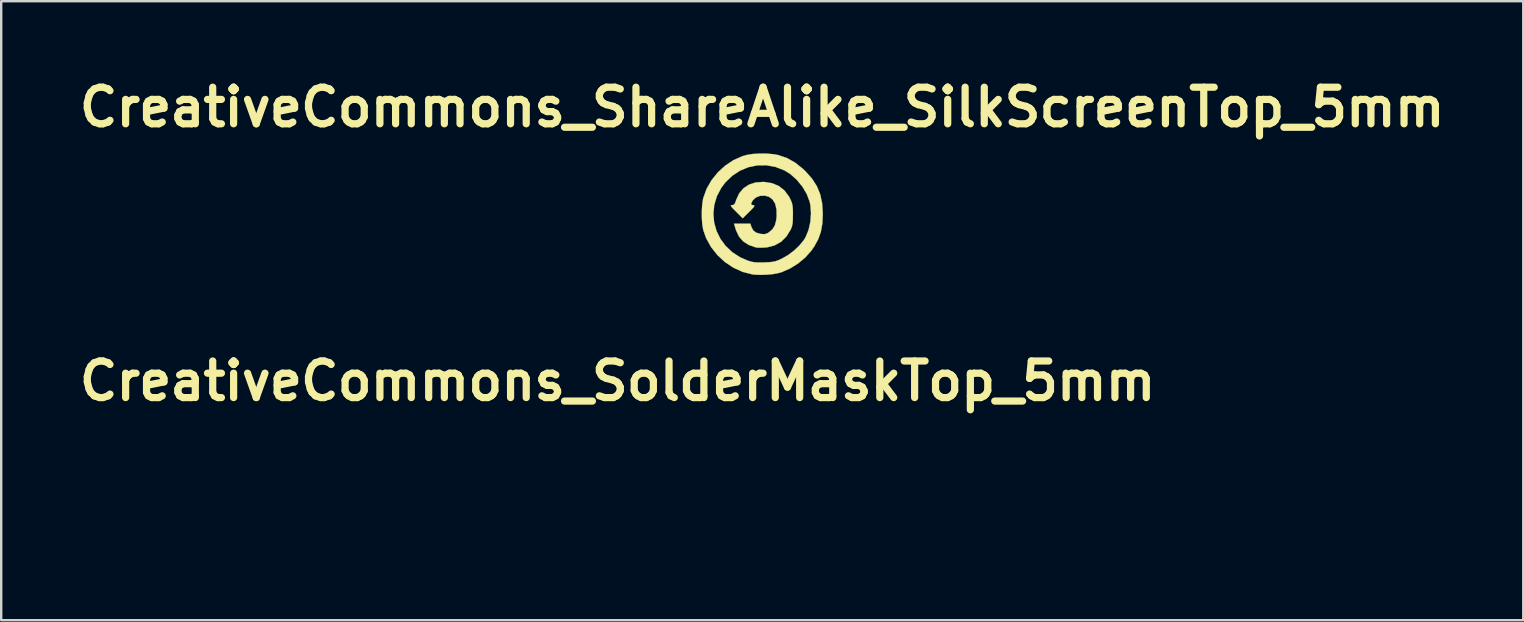
<source format=kicad_pcb>
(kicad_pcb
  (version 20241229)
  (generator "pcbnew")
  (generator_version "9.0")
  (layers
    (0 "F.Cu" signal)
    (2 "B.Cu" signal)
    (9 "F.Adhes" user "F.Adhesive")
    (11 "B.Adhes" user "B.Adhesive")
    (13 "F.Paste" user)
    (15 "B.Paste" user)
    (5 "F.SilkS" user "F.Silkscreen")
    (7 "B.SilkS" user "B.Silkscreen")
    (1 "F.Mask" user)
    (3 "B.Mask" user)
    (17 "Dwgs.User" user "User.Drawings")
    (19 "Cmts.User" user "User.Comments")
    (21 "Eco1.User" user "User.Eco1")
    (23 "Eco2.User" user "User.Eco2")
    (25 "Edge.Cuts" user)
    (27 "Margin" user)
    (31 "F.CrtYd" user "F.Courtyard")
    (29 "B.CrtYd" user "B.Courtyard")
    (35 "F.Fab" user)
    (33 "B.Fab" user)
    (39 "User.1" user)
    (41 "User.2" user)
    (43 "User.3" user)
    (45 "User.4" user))
  (footprint "CreativeCommons_ShareAlike_SilkScreenTop_5mm"
    (layer "F.Cu")
    (at 28.709 5.863)
    (property "Reference" "CreativeCommons_ShareAlike_SilkScreenTop_5mm" (at 0 -4.445 0) (layer "F.SilkS") (effects (font (size 1.524 1.524) (thickness 0.3))))
    (attr through_hole)
    (fp_poly (pts (xy 0.081 -1.332) (xy 0.41 -1.28) (xy 0.69 -1.163) (xy 0.922 -0.981) (xy 1.11 -0.732) (xy 1.174 -0.61) (xy 1.223 -0.497) (xy 1.254 -0.393) (xy 1.271 -0.273) (xy 1.278 -0.115) (xy 1.279 0.041) (xy 1.275 0.249) (xy 1.264 0.399) (xy 1.241 0.513) (xy 1.204 0.614) (xy 1.185 0.656) (xy 1.006 0.943) (xy 0.784 1.162) (xy 0.519 1.311) (xy 0.214 1.391) (xy 0.097 1.402) (xy -0.057 1.407) (xy -0.188 1.405) (xy -0.264 1.397) (xy -0.561 1.293) (xy -0.792 1.145) (xy -0.965 0.946) (xy -1.088 0.691) (xy -1.111 0.62) (xy -1.174 0.406) (xy -0.494 0.406) (xy -0.447 0.55) (xy -0.372 0.69) (xy -0.25 0.781) (xy -0.067 0.832) (xy -0.038 0.836) (xy 0.099 0.843) (xy 0.207 0.811) (xy 0.282 0.765) (xy 0.429 0.636) (xy 0.527 0.475) (xy 0.583 0.264) (xy 0.601 0.097) (xy 0.595 -0.193) (xy 0.538 -0.427) (xy 0.431 -0.603) (xy 0.277 -0.716) (xy 0.11 -0.761) (xy -0.092 -0.752) (xy -0.266 -0.683) (xy -0.393 -0.564) (xy -0.421 -0.515) (xy -0.46 -0.428) (xy -0.455 -0.388) (xy -0.4 -0.369) (xy -0.383 -0.366) (xy -0.339 -0.353) (xy -0.326 -0.33) (xy -0.351 -0.286) (xy -0.421 -0.209) (xy -0.542 -0.087) (xy -0.547 -0.082) (xy -0.814 0.181) (xy -1.087 -0.092) (xy -1.212 -0.218) (xy -1.284 -0.299) (xy -1.31 -0.343) (xy -1.297 -0.362) (xy -1.257 -0.366) (xy -1.194 -0.376) (xy -1.15 -0.417) (xy -1.109 -0.509) (xy -1.081 -0.594) (xy -0.958 -0.86) (xy -0.779 -1.07) (xy -0.548 -1.222) (xy -0.271 -1.311) (xy 0.044 -1.333) (xy 0.081 -1.332)) (stroke (width 0.01) (type solid)) (fill yes) (layer "F.SilkS"))
    (fp_poly (pts (xy 0.193 -2.512) (xy 0.474 -2.488) (xy 0.646 -2.457) (xy 1.018 -2.334) (xy 1.366 -2.141) (xy 1.702 -1.874) (xy 1.809 -1.77) (xy 2.08 -1.463) (xy 2.28 -1.149) (xy 2.417 -0.814) (xy 2.496 -0.442) (xy 2.523 -0.019) (xy 2.524 0.005) (xy 2.506 0.399) (xy 2.445 0.741) (xy 2.335 1.052) (xy 2.17 1.354) (xy 2.036 1.545) (xy 1.791 1.819) (xy 1.493 2.066) (xy 1.163 2.272) (xy 0.823 2.421) (xy 0.649 2.472) (xy 0.438 2.509) (xy 0.186 2.532) (xy -0.074 2.54) (xy -0.307 2.531) (xy -0.408 2.52) (xy -0.814 2.416) (xy -1.2 2.241) (xy -1.555 2.004) (xy -1.869 1.714) (xy -2.133 1.38) (xy -2.337 1.011) (xy -2.458 0.668) (xy -2.495 0.456) (xy -2.515 0.193) (xy -2.517 -0.008) (xy -2.035 -0.008) (xy -2.003 0.355) (xy -1.906 0.705) (xy -1.745 1.034) (xy -1.525 1.333) (xy -1.249 1.594) (xy -0.919 1.808) (xy -0.611 1.942) (xy -0.472 1.986) (xy -0.346 2.012) (xy -0.203 2.023) (xy -0.019 2.024) (xy 0.085 2.021) (xy 0.288 2.012) (xy 0.436 1.997) (xy 0.558 1.97) (xy 0.68 1.925) (xy 0.831 1.857) (xy 1.077 1.715) (xy 1.323 1.529) (xy 1.546 1.318) (xy 1.725 1.102) (xy 1.801 0.982) (xy 1.927 0.68) (xy 2.005 0.338) (xy 2.033 -0.018) (xy 2.008 -0.361) (xy 1.976 -0.513) (xy 1.855 -0.831) (xy 1.67 -1.141) (xy 1.438 -1.423) (xy 1.172 -1.66) (xy 0.934 -1.809) (xy 0.559 -1.956) (xy 0.176 -2.026) (xy -0.206 -2.022) (xy -0.577 -1.946) (xy -0.929 -1.8) (xy -1.252 -1.587) (xy -1.538 -1.31) (xy -1.705 -1.086) (xy -1.889 -0.737) (xy -1.998 -0.375) (xy -2.035 -0.008) (xy -2.517 -0.008) (xy -2.518 -0.089) (xy -2.503 -0.363) (xy -2.47 -0.599) (xy -2.455 -0.665) (xy -2.318 -1.046) (xy -2.112 -1.404) (xy -1.849 -1.731) (xy -1.54 -2.013) (xy -1.196 -2.242) (xy -0.827 -2.405) (xy -0.646 -2.457) (xy -0.401 -2.497) (xy -0.11 -2.515) (xy 0.193 -2.512)) (stroke (width 0.01) (type solid)) (fill yes) (layer "F.SilkS")))
  (footprint "CreativeCommons_SolderMaskTop_5mm"
    (layer "F.Cu")
    (at 22.686 17.271)
    (property "Reference" "CreativeCommons_SolderMaskTop_5mm" (at 0 -4.445 0) (layer "F.SilkS") (effects (font (size 1.524 1.524) (thickness 0.3))))
    (attr through_hole)
    (fp_poly (pts (xy -0.491 -0.779) (xy -0.291 -0.712) (xy -0.129 -0.602) (xy -0.041 -0.488) (xy -0.027 -0.437) (xy -0.059 -0.39) (xy -0.148 -0.331) (xy -0.18 -0.313) (xy -0.36 -0.212) (xy -0.451 -0.309) (xy -0.575 -0.394) (xy -0.704 -0.406) (xy -0.822 -0.35) (xy -0.91 -0.232) (xy -0.935 -0.162) (xy -0.955 -0.002) (xy -0.936 0.156) (xy -0.887 0.288) (xy -0.814 0.365) (xy -0.665 0.407) (xy -0.522 0.384) (xy -0.412 0.303) (xy -0.33 0.199) (xy -0.165 0.283) (xy -0.066 0.341) (xy -0.007 0.39) (xy 0 0.405) (xy -0.032 0.47) (xy -0.114 0.555) (xy -0.225 0.645) (xy -0.343 0.722) (xy -0.441 0.766) (xy -0.666 0.808) (xy -0.879 0.787) (xy -0.996 0.752) (xy -1.181 0.647) (xy -1.32 0.49) (xy -1.413 0.295) (xy -1.457 0.079) (xy -1.452 -0.142) (xy -1.396 -0.354) (xy -1.288 -0.54) (xy -1.126 -0.686) (xy -1.121 -0.689) (xy -0.925 -0.771) (xy -0.709 -0.8) (xy -0.491 -0.779)) (stroke (width 0.01) (type solid)) (fill yes) (layer "F.Mask"))
    (fp_poly (pts (xy 0.968 -0.781) (xy 1.175 -0.706) (xy 1.345 -0.582) (xy 1.411 -0.5) (xy 1.44 -0.447) (xy 1.431 -0.407) (xy 1.372 -0.364) (xy 1.273 -0.312) (xy 1.077 -0.212) (xy 1.004 -0.309) (xy 0.9 -0.388) (xy 0.769 -0.407) (xy 0.642 -0.367) (xy 0.585 -0.321) (xy 0.53 -0.21) (xy 0.507 -0.056) (xy 0.516 0.11) (xy 0.558 0.256) (xy 0.58 0.296) (xy 0.681 0.385) (xy 0.81 0.411) (xy 0.944 0.373) (xy 1.035 0.302) (xy 1.131 0.198) (xy 1.297 0.283) (xy 1.396 0.34) (xy 1.455 0.386) (xy 1.463 0.399) (xy 1.432 0.457) (xy 1.352 0.539) (xy 1.245 0.628) (xy 1.13 0.706) (xy 1.048 0.75) (xy 0.823 0.806) (xy 0.588 0.787) (xy 0.467 0.752) (xy 0.271 0.642) (xy 0.126 0.474) (xy 0.036 0.258) (xy 0.007 0.001) (xy 0.013 -0.113) (xy 0.071 -0.366) (xy 0.189 -0.564) (xy 0.318 -0.677) (xy 0.519 -0.77) (xy 0.742 -0.804) (xy 0.968 -0.781)) (stroke (width 0.01) (type solid)) (fill yes) (layer "F.Mask"))
    (fp_poly (pts (xy 0.116 -2.514) (xy 0.401 -2.494) (xy 0.658 -2.458) (xy 0.861 -2.406) (xy 0.866 -2.404) (xy 1.266 -2.218) (xy 1.627 -1.964) (xy 1.941 -1.651) (xy 2.2 -1.288) (xy 2.386 -0.902) (xy 2.435 -0.765) (xy 2.468 -0.63) (xy 2.489 -0.475) (xy 2.504 -0.276) (xy 2.51 -0.12) (xy 2.506 0.303) (xy 2.458 0.67) (xy 2.359 0.996) (xy 2.204 1.295) (xy 1.989 1.582) (xy 1.81 1.772) (xy 1.475 2.061) (xy 1.123 2.277) (xy 0.741 2.428) (xy 0.632 2.458) (xy 0.442 2.491) (xy 0.203 2.51) (xy -0.058 2.515) (xy -0.314 2.506) (xy -0.538 2.483) (xy -0.669 2.457) (xy -1.072 2.305) (xy -1.445 2.085) (xy -1.779 1.804) (xy -2.063 1.474) (xy -2.288 1.103) (xy -2.445 0.7) (xy -2.459 0.65) (xy -2.487 0.499) (xy -2.508 0.295) (xy -2.518 0.069) (xy -2.519 -0.006) (xy -2.512 -0.116) (xy -2.031 -0.116) (xy -2.014 0.272) (xy -1.92 0.648) (xy -1.754 1.003) (xy -1.516 1.328) (xy -1.443 1.406) (xy -1.138 1.663) (xy -0.799 1.854) (xy -0.434 1.977) (xy -0.057 2.027) (xy 0.322 2.001) (xy 0.469 1.97) (xy 0.834 1.844) (xy 1.155 1.66) (xy 1.396 1.462) (xy 1.664 1.168) (xy 1.856 0.856) (xy 1.976 0.516) (xy 2.029 0.136) (xy 2.032 -0.001) (xy 1.994 -0.404) (xy 1.88 -0.777) (xy 1.69 -1.121) (xy 1.426 -1.434) (xy 1.384 -1.474) (xy 1.081 -1.72) (xy 0.769 -1.891) (xy 0.434 -1.992) (xy 0.06 -2.03) (xy 0 -2.031) (xy -0.187 -2.023) (xy -0.375 -2.002) (xy -0.513 -1.976) (xy -0.865 -1.841) (xy -1.191 -1.639) (xy -1.478 -1.379) (xy -1.716 -1.074) (xy -1.894 -0.735) (xy -1.97 -0.507) (xy -2.031 -0.116) (xy -2.512 -0.116) (xy -2.491 -0.441) (xy -2.402 -0.832) (xy -2.247 -1.19) (xy -2.021 -1.528) (xy -1.768 -1.809) (xy -1.484 -2.063) (xy -1.198 -2.253) (xy -0.886 -2.391) (xy -0.649 -2.462) (xy -0.434 -2.499) (xy -0.171 -2.515) (xy 0.116 -2.514)) (stroke (width 0.01) (type solid)) (fill yes) (layer "F.Mask")))
  (gr_rect
    (start -3 -3)
    (end 60.419 22.791)
    (stroke (width 0.1) (type default))
    (fill no)
    (layer "Edge.Cuts")))
</source>
